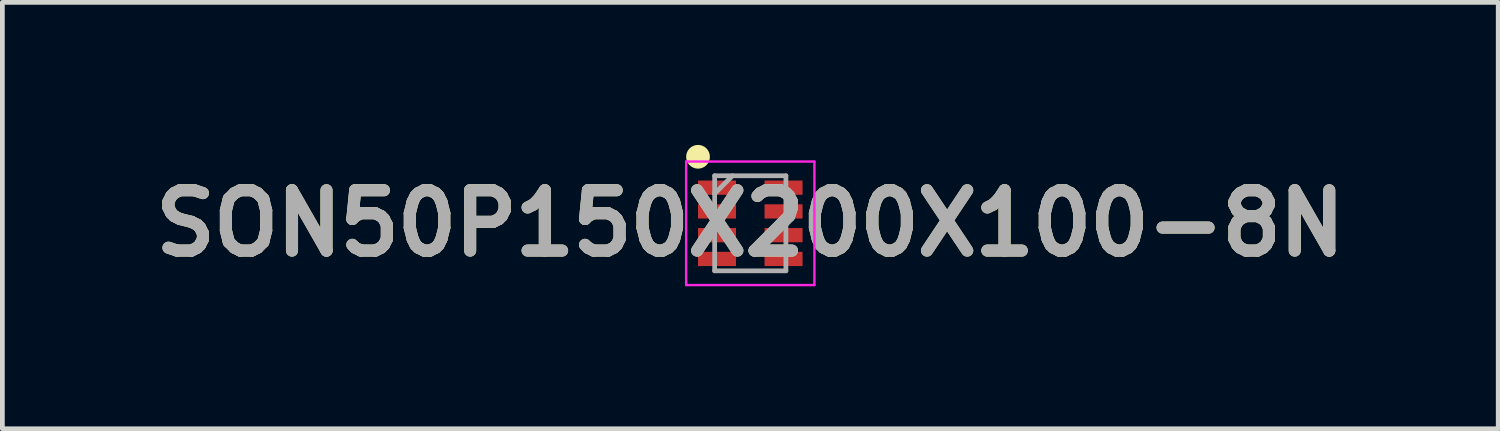
<source format=kicad_pcb>
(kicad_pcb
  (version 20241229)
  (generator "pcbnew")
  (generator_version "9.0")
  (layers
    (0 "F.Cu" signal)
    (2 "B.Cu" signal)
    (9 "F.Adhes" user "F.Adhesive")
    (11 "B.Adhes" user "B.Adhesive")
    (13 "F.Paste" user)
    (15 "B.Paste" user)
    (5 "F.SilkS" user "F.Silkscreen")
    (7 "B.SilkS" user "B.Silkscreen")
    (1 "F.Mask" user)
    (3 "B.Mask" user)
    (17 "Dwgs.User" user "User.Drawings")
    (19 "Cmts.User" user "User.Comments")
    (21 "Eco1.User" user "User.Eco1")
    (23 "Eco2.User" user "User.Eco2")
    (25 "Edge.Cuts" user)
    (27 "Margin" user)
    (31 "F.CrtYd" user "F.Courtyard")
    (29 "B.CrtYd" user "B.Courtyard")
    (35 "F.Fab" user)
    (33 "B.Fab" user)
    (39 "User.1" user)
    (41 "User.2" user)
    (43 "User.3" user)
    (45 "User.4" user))
  (footprint "SON50P150X200X100-8N"
    (layer "F.Cu")
    (at 12.742 1.65)
    (property "Reference" "SON50P150X200X100-8N" (at 0 0 0) (layer "F.SilkS") (effects (font (size 1.27 1.27) (thickness 0.254))))
    (attr smd)
    (fp_circle (center -1.1 -1.4) (end -1.1 -1.275) (stroke (width 0.25) (type solid)) (fill no) (layer "F.SilkS"))
    (fp_line (start -1.35 -1.3) (end 1.35 -1.3) (stroke (width 0.05) (type solid)) (layer "F.CrtYd"))
    (fp_line (start -1.35 1.3) (end -1.35 -1.3) (stroke (width 0.05) (type solid)) (layer "F.CrtYd"))
    (fp_line (start 1.35 -1.3) (end 1.35 1.3) (stroke (width 0.05) (type solid)) (layer "F.CrtYd"))
    (fp_line (start 1.35 1.3) (end -1.35 1.3) (stroke (width 0.05) (type solid)) (layer "F.CrtYd"))
    (fp_line (start -0.75 -1) (end 0.75 -1) (stroke (width 0.1) (type solid)) (layer "F.Fab"))
    (fp_line (start -0.75 -0.625) (end -0.375 -1) (stroke (width 0.1) (type solid)) (layer "F.Fab"))
    (fp_line (start -0.75 1) (end -0.75 -1) (stroke (width 0.1) (type solid)) (layer "F.Fab"))
    (fp_line (start 0.75 -1) (end 0.75 1) (stroke (width 0.1) (type solid)) (layer "F.Fab"))
    (fp_line (start 0.75 1) (end -0.75 1) (stroke (width 0.1) (type solid)) (layer "F.Fab"))
    (fp_text user "${REFERENCE}" (at 0 0 0) (layer "F.Fab") (effects (font (size 1.27 1.27) (thickness 0.254))))
    (pad "1" smd rect (at -0.7 -0.75 90) (size 0.3 0.8) (layers "F.Cu" "F.Mask" "F.Paste"))
    (pad "2" smd rect (at -0.7 -0.25 90) (size 0.3 0.8) (layers "F.Cu" "F.Mask" "F.Paste"))
    (pad "3" smd rect (at -0.7 0.25 90) (size 0.3 0.8) (layers "F.Cu" "F.Mask" "F.Paste"))
    (pad "4" smd rect (at -0.7 0.75 90) (size 0.3 0.8) (layers "F.Cu" "F.Mask" "F.Paste"))
    (pad "5" smd rect (at 0.7 0.75 90) (size 0.3 0.8) (layers "F.Cu" "F.Mask" "F.Paste"))
    (pad "6" smd rect (at 0.7 0.25 90) (size 0.3 0.8) (layers "F.Cu" "F.Mask" "F.Paste"))
    (pad "7" smd rect (at 0.7 -0.25 90) (size 0.3 0.8) (layers "F.Cu" "F.Mask" "F.Paste"))
    (pad "8" smd rect (at 0.7 -0.75 90) (size 0.3 0.8) (layers "F.Cu" "F.Mask" "F.Paste")))
  (gr_rect
    (start -3 -3)
    (end 28.485 5.975)
    (stroke (width 0.1) (type default))
    (fill no)
    (layer "Edge.Cuts")))
</source>
